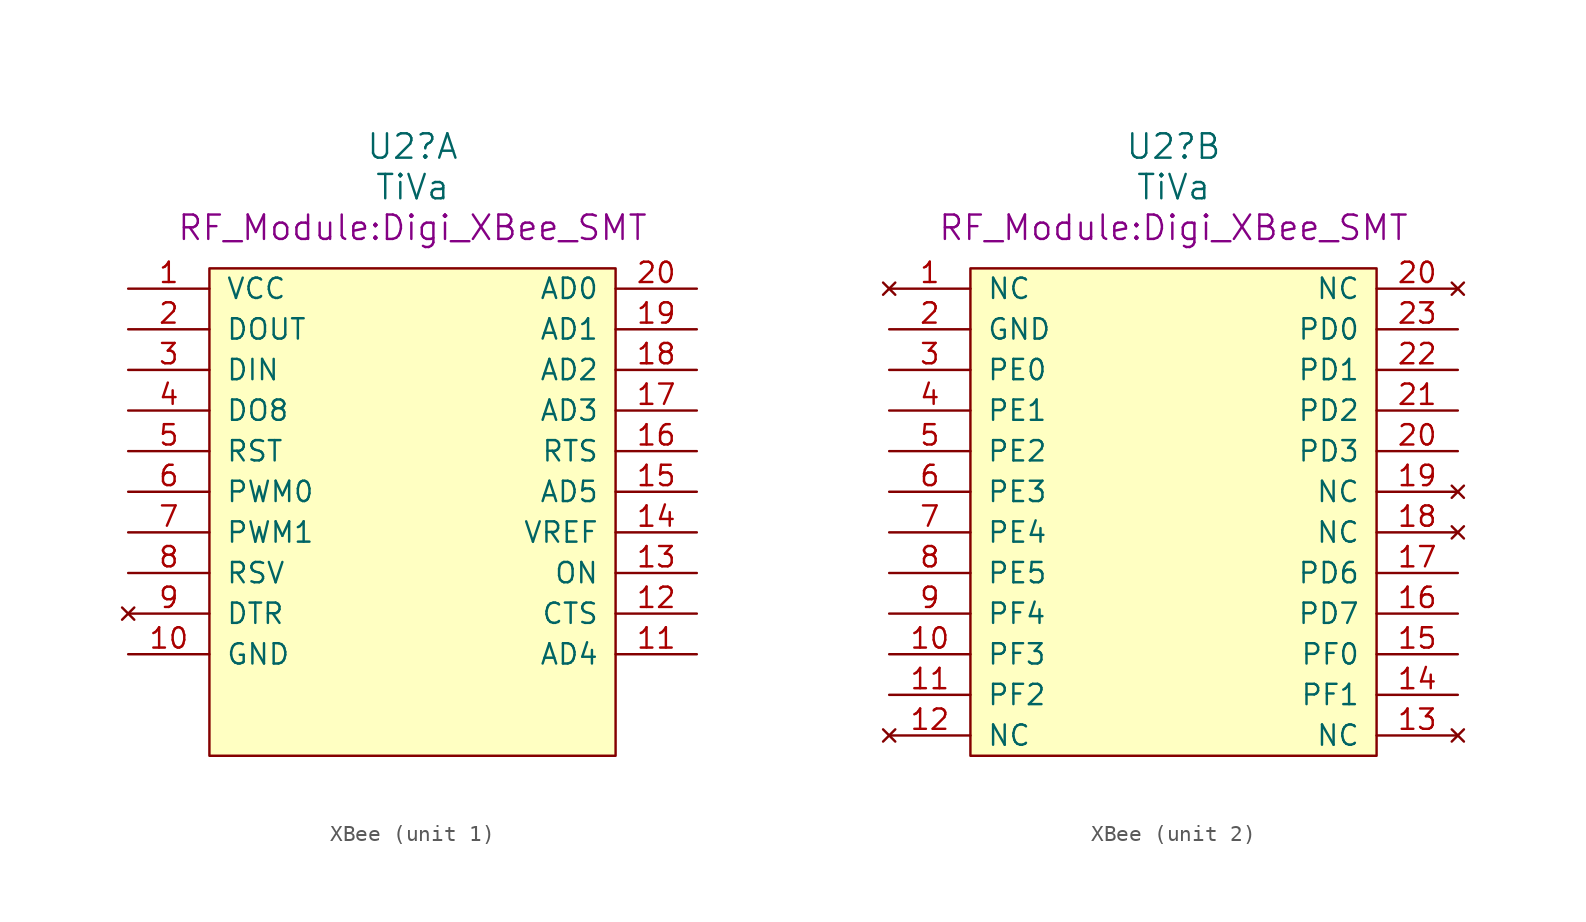
<source format=kicad_sym>
(kicad_symbol_lib
  (version 20231120)
  (generator "kicad_symbol_editor")
  (generator_version "8.0")
  (symbol "XBee"
    (pin_names
      (offset 1.016))
    (property "Reference" "U2"
      (at 0 24.13 0)
      (effects (font (size 1.524 1.524))))
    (property "Value" "TiVa"
      (at 0 21.59 0)
      (effects (font (size 1.524 1.524))))
    (property "Footprint" "RF_Module:Digi_XBee_SMT"
      (at 0 19.05 0)
      (effects (font (size 1.524 1.524))))
    (property "Datasheet" ""
      (at 0 0 0)
      (effects (font (size 1.524 1.524))))
    (property "ki_locked" ""
      (at 0 0 0)
      (effects (font (size 1.27 1.27))))
    (symbol "XBee_0_1"
      (rectangle (start -12.7 16.51) (end 12.7 -13.97) (stroke (width 0) (type solid)) (fill (type background))))
    (symbol "XBee_1_1"
      (pin tri_state line (at -17.78 15.24 0) (length 5.08) (name "VCC" (effects (font (size 1.27 1.27)))) (number "1" (effects (font (size 1.27 1.27)))))
      (pin power_out line (at -17.78 -7.62 0) (length 5.08) (name "GND" (effects (font (size 1.27 1.27)))) (number "10" (effects (font (size 1.27 1.27)))))
      (pin tri_state line (at 17.78 -7.62 180) (length 5.08) (name "AD4" (effects (font (size 1.27 1.27)))) (number "11" (effects (font (size 1.27 1.27)))))
      (pin tri_state line (at 17.78 -5.08 180) (length 5.08) (name "CTS" (effects (font (size 1.27 1.27)))) (number "12" (effects (font (size 1.27 1.27)))))
      (pin tri_state line (at 17.78 -2.54 180) (length 5.08) (name "ON" (effects (font (size 1.27 1.27)))) (number "13" (effects (font (size 1.27 1.27)))))
      (pin tri_state line (at 17.78 0 180) (length 5.08) (name "VREF" (effects (font (size 1.27 1.27)))) (number "14" (effects (font (size 1.27 1.27)))))
      (pin tri_state line (at 17.78 2.54 180) (length 5.08) (name "AD5" (effects (font (size 1.27 1.27)))) (number "15" (effects (font (size 1.27 1.27)))))
      (pin tri_state line (at 17.78 5.08 180) (length 5.08) (name "RTS" (effects (font (size 1.27 1.27)))) (number "16" (effects (font (size 1.27 1.27)))))
      (pin tri_state line (at 17.78 7.62 180) (length 5.08) (name "AD3" (effects (font (size 1.27 1.27)))) (number "17" (effects (font (size 1.27 1.27)))))
      (pin tri_state line (at 17.78 10.16 180) (length 5.08) (name "AD2" (effects (font (size 1.27 1.27)))) (number "18" (effects (font (size 1.27 1.27)))))
      (pin tri_state line (at 17.78 12.7 180) (length 5.08) (name "AD1" (effects (font (size 1.27 1.27)))) (number "19" (effects (font (size 1.27 1.27)))))
      (pin tri_state line (at -17.78 12.7 0) (length 5.08) (name "DOUT" (effects (font (size 1.27 1.27)))) (number "2" (effects (font (size 1.27 1.27)))))
      (pin tri_state line (at 17.78 15.24 180) (length 5.08) (name "AD0" (effects (font (size 1.27 1.27)))) (number "20" (effects (font (size 1.27 1.27)))))
      (pin tri_state line (at -17.78 10.16 0) (length 5.08) (name "DIN" (effects (font (size 1.27 1.27)))) (number "3" (effects (font (size 1.27 1.27)))))
      (pin tri_state line (at -17.78 7.62 0) (length 5.08) (name "DO8" (effects (font (size 1.27 1.27)))) (number "4" (effects (font (size 1.27 1.27)))))
      (pin tri_state line (at -17.78 5.08 0) (length 5.08) (name "RST" (effects (font (size 1.27 1.27)))) (number "5" (effects (font (size 1.27 1.27)))))
      (pin tri_state line (at -17.78 2.54 0) (length 5.08) (name "PWM0" (effects (font (size 1.27 1.27)))) (number "6" (effects (font (size 1.27 1.27)))))
      (pin tri_state line (at -17.78 0 0) (length 5.08) (name "PWM1" (effects (font (size 1.27 1.27)))) (number "7" (effects (font (size 1.27 1.27)))))
      (pin tri_state line (at -17.78 -2.54 0) (length 5.08) (name "RSV" (effects (font (size 1.27 1.27)))) (number "8" (effects (font (size 1.27 1.27)))))
      (pin no_connect line (at -17.78 -5.08 0) (length 5.08) (name "DTR" (effects (font (size 1.27 1.27)))) (number "9" (effects (font (size 1.27 1.27))))))
    (symbol "XBee_2_1"
      (pin no_connect line (at -17.78 15.24 0) (length 5.08) (name "NC" (effects (font (size 1.27 1.27)))) (number "1" (effects (font (size 1.27 1.27)))))
      (pin power_out line (at -17.78 -7.62 0) (length 5.08) (name "PF3" (effects (font (size 1.27 1.27)))) (number "10" (effects (font (size 1.27 1.27)))))
      (pin tri_state line (at -17.78 -10.16 0) (length 5.08) (name "PF2" (effects (font (size 1.27 1.27)))) (number "11" (effects (font (size 1.27 1.27)))))
      (pin no_connect line (at -17.78 -12.7 0) (length 5.08) (name "NC" (effects (font (size 1.27 1.27)))) (number "12" (effects (font (size 1.27 1.27)))))
      (pin no_connect line (at 17.78 -12.7 180) (length 5.08) (name "NC" (effects (font (size 1.27 1.27)))) (number "13" (effects (font (size 1.27 1.27)))))
      (pin tri_state line (at 17.78 -10.16 180) (length 5.08) (name "PF1" (effects (font (size 1.27 1.27)))) (number "14" (effects (font (size 1.27 1.27)))))
      (pin tri_state line (at 17.78 -7.62 180) (length 5.08) (name "PF0" (effects (font (size 1.27 1.27)))) (number "15" (effects (font (size 1.27 1.27)))))
      (pin tri_state line (at 17.78 -5.08 180) (length 5.08) (name "PD7" (effects (font (size 1.27 1.27)))) (number "16" (effects (font (size 1.27 1.27)))))
      (pin tri_state line (at 17.78 -2.54 180) (length 5.08) (name "PD6" (effects (font (size 1.27 1.27)))) (number "17" (effects (font (size 1.27 1.27)))))
      (pin no_connect line (at 17.78 0 180) (length 5.08) (name "NC" (effects (font (size 1.27 1.27)))) (number "18" (effects (font (size 1.27 1.27)))))
      (pin no_connect line (at 17.78 2.54 180) (length 5.08) (name "NC" (effects (font (size 1.27 1.27)))) (number "19" (effects (font (size 1.27 1.27)))))
      (pin power_in line (at -17.78 12.7 0) (length 5.08) (name "GND" (effects (font (size 1.27 1.27)))) (number "2" (effects (font (size 1.27 1.27)))))
      (pin no_connect line (at 17.78 15.24 180) (length 5.08) (name "NC" (effects (font (size 1.27 1.27)))) (number "20" (effects (font (size 1.27 1.27)))))
      (pin tri_state line (at 17.78 5.08 180) (length 5.08) (name "PD3" (effects (font (size 1.27 1.27)))) (number "20" (effects (font (size 1.27 1.27)))))
      (pin tri_state line (at 17.78 7.62 180) (length 5.08) (name "PD2" (effects (font (size 1.27 1.27)))) (number "21" (effects (font (size 1.27 1.27)))))
      (pin tri_state line (at 17.78 10.16 180) (length 5.08) (name "PD1" (effects (font (size 1.27 1.27)))) (number "22" (effects (font (size 1.27 1.27)))))
      (pin tri_state line (at 17.78 12.7 180) (length 5.08) (name "PD0" (effects (font (size 1.27 1.27)))) (number "23" (effects (font (size 1.27 1.27)))))
      (pin tri_state line (at -17.78 10.16 0) (length 5.08) (name "PE0" (effects (font (size 1.27 1.27)))) (number "3" (effects (font (size 1.27 1.27)))))
      (pin tri_state line (at -17.78 7.62 0) (length 5.08) (name "PE1" (effects (font (size 1.27 1.27)))) (number "4" (effects (font (size 1.27 1.27)))))
      (pin tri_state line (at -17.78 5.08 0) (length 5.08) (name "PE2" (effects (font (size 1.27 1.27)))) (number "5" (effects (font (size 1.27 1.27)))))
      (pin tri_state line (at -17.78 2.54 0) (length 5.08) (name "PE3" (effects (font (size 1.27 1.27)))) (number "6" (effects (font (size 1.27 1.27)))))
      (pin tri_state line (at -17.78 0 0) (length 5.08) (name "PE4" (effects (font (size 1.27 1.27)))) (number "7" (effects (font (size 1.27 1.27)))))
      (pin tri_state line (at -17.78 -2.54 0) (length 5.08) (name "PE5" (effects (font (size 1.27 1.27)))) (number "8" (effects (font (size 1.27 1.27)))))
      (pin tri_state line (at -17.78 -5.08 0) (length 5.08) (name "PF4" (effects (font (size 1.27 1.27)))) (number "9" (effects (font (size 1.27 1.27))))))))
</source>
